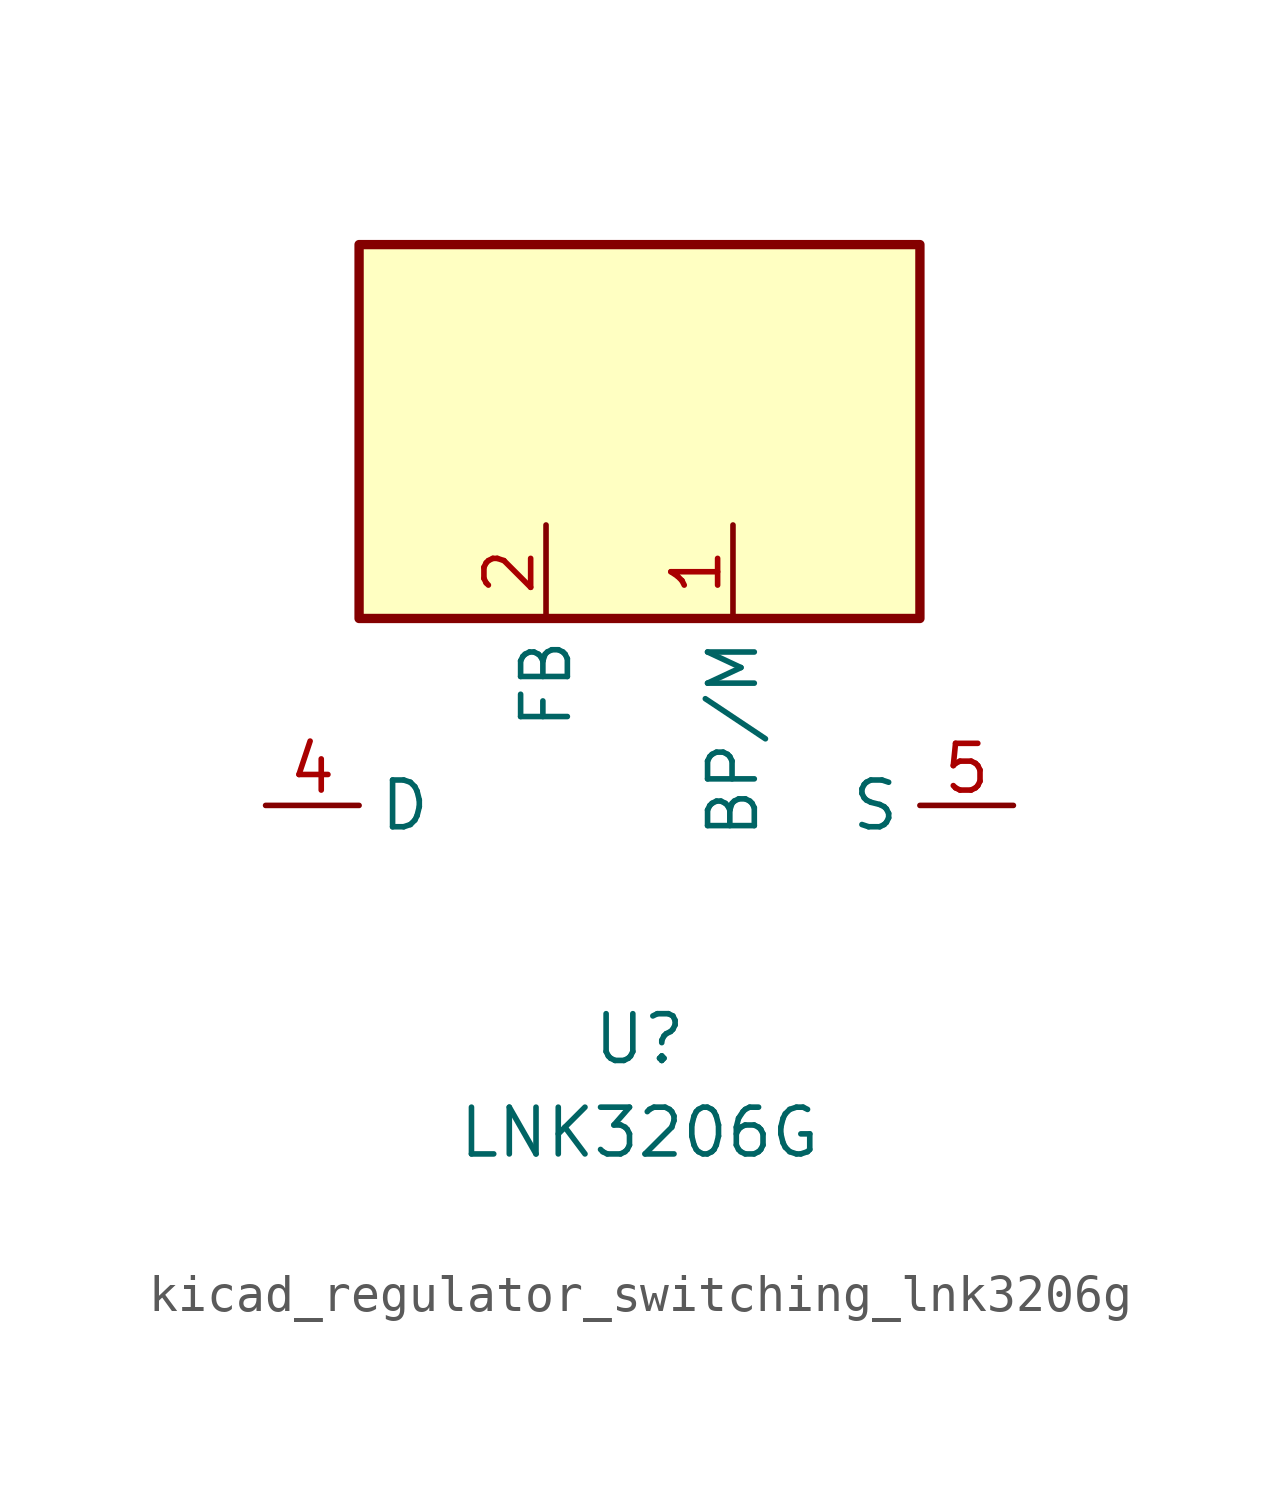
<source format=kicad_sym>
(kicad_symbol_lib
  (version 20220914)
  (generator kicad_symbol_editor)
  (symbol "kicad_regulator_switching_lnk3206g"
    (property "Reference" "U"
      (at 0 -6.35 0)
      (effects (font (size 1.27 1.27))))
    (property "Value" "LNK3206G"
      (at 0 -8.89 0)
      (effects (font (size 1.27 1.27))))
    (symbol "kicad_regulator_switching_lnk3206g_0_1"
      (rectangle (start 7.62 15.24) (end -7.62 5.08) (stroke (width 0.254) (type default)) (fill (type background))))
    (symbol "kicad_regulator_switching_lnk3206g_1_1"
      (pin input line (at 2.54 7.62 270) (length 2.54) (name "BP/M" (effects (font (size 1.27 1.27)))) (number "1" (effects (font (size 1.27 1.27)))))
      (pin input line (at -2.54 7.62 270) (length 2.54) (name "FB" (effects (font (size 1.27 1.27)))) (number "2" (effects (font (size 1.27 1.27)))))
      (pin open_collector line (at -10.16 0 0) (length 2.54) (name "D" (effects (font (size 1.27 1.27)))) (number "4" (effects (font (size 1.27 1.27)))))
      (pin power_in line (at 10.16 0 180) (length 2.54) (name "S" (effects (font (size 1.27 1.27)))) (number "5" (effects (font (size 1.27 1.27)))))
      (pin passive line (at 10.16 0 180) (length 2.54) hide (name "S" (effects (font (size 1.27 1.27)))) (number "6" (effects (font (size 1.27 1.27)))))
      (pin passive line (at 10.16 0 180) (length 2.54) hide (name "S" (effects (font (size 1.27 1.27)))) (number "7" (effects (font (size 1.27 1.27)))))
      (pin passive line (at 10.16 0 180) (length 2.54) hide (name "S" (effects (font (size 1.27 1.27)))) (number "8" (effects (font (size 1.27 1.27))))))))
</source>
